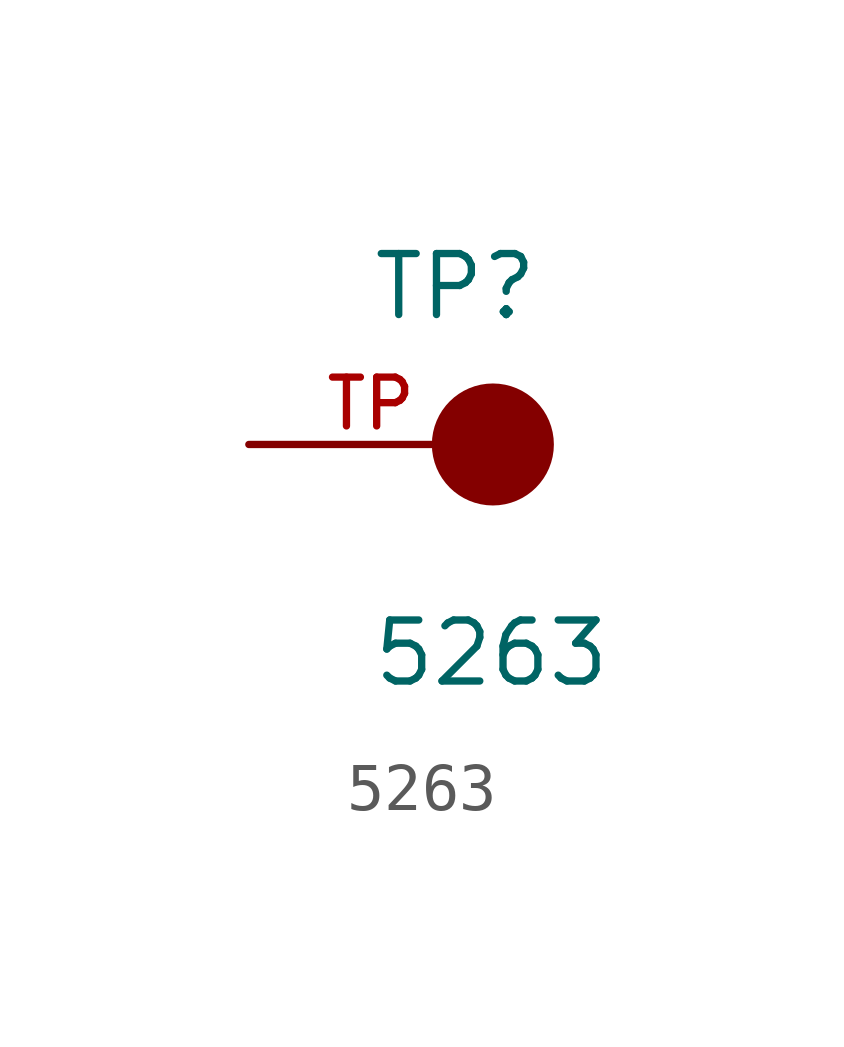
<source format=kicad_sym>
(kicad_symbol_lib
  (version 20211014)
  (generator kicad_symbol_editor)
  (symbol "5263"
    (pin_names
      (offset 1.016))
    (property "Reference" "TP"
      (at -2.544 2.541 0)
      (effects (font (size 1.27 1.27)) (justify bottom left)))
    (property "Value" "5263"
      (at -2.55 -5.087 0)
      (effects (font (size 1.27 1.27)) (justify bottom left)))
    (symbol "5263_0_0"
      (circle (center 0.0 0.0) (radius 0.635) (stroke (width 1.27)) (fill (type none)))
      (pin passive line (at -5.08 0.0 0) (length 5.08) (name "~" (effects (font (size 1.016 1.016)))) (number "TP" (effects (font (size 1.016 1.016))))))))
</source>
